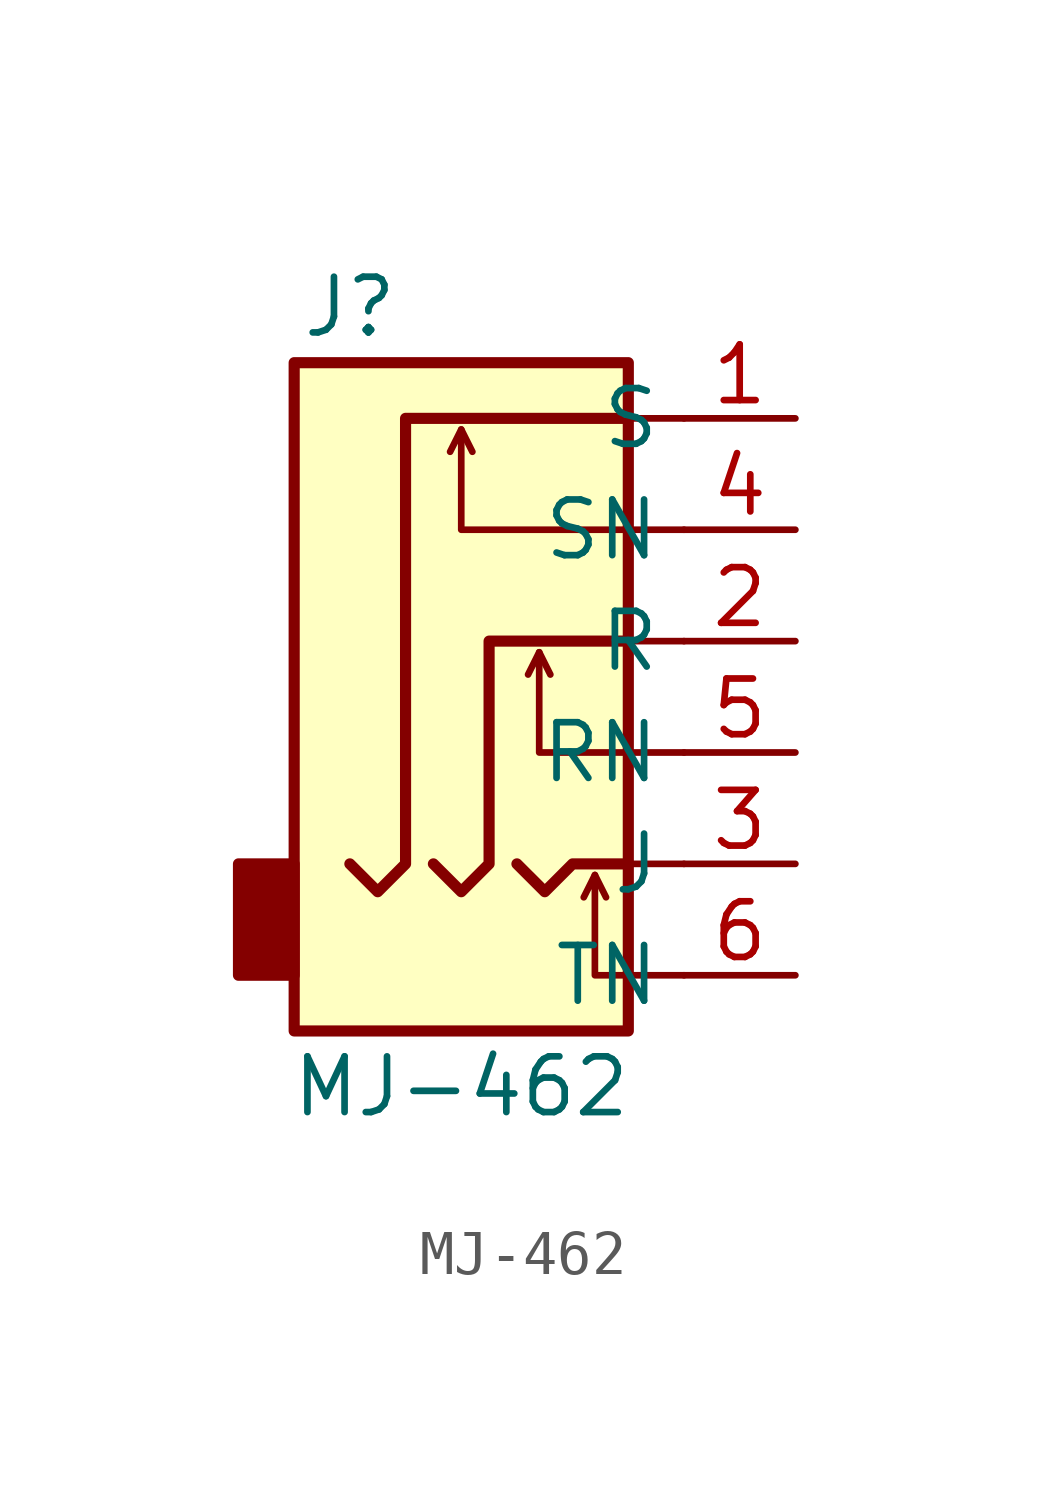
<source format=kicad_sym>
(kicad_symbol_lib
  (version 20220914)
  (generator kicad_symbol_editor)
  (symbol "MJ-462"
    (property "Reference" "J"
      (at -5.08 7.62 0)
      (effects (font (size 1.27 1.27))))
    (property "Value" "MJ-462"
      (at -2.54 -10.16 0)
      (effects (font (size 1.27 1.27))))
    (symbol "MJ-462_0_1"
      (rectangle (start -6.35 -5.08) (end -7.62 -7.62) (stroke (width 0.254) (type default)) (fill (type outline)))
      (rectangle (start -6.35 6.35) (end 1.27 -8.89) (stroke (width 0.254) (type default)) (fill (type background)))
      (polyline (pts (xy -2.54 4.826) (xy -2.286 4.318)) (stroke (width 0) (type default)) (fill (type none)))
      (polyline (pts (xy -0.762 -0.254) (xy -0.508 -0.762)) (stroke (width 0) (type default)) (fill (type none)))
      (polyline (pts (xy 0.508 -5.334) (xy 0.762 -5.842)) (stroke (width 0) (type default)) (fill (type none)))
      (polyline (pts (xy 1.27 0) (xy 2.54 0)) (stroke (width 0) (type default)) (fill (type none)))
      (polyline (pts (xy 2.54 -5.08) (xy 1.27 -5.08)) (stroke (width 0) (type default)) (fill (type none)))
      (polyline (pts (xy 2.54 5.08) (xy 1.27 5.08)) (stroke (width 0) (type default)) (fill (type none)))
      (polyline (pts (xy -1.27 -5.08) (xy -0.635 -5.715) (xy 0 -5.08) (xy 1.27 -5.08)) (stroke (width 0.254) (type default)) (fill (type none)))
      (polyline (pts (xy 2.54 -7.62) (xy 0.508 -7.62) (xy 0.508 -5.334) (xy 0.254 -5.842)) (stroke (width 0) (type default)) (fill (type none)))
      (polyline (pts (xy 2.54 -2.54) (xy -0.762 -2.54) (xy -0.762 -0.254) (xy -1.016 -0.762)) (stroke (width 0) (type default)) (fill (type none)))
      (polyline (pts (xy 2.54 2.54) (xy -2.54 2.54) (xy -2.54 4.826) (xy -2.794 4.318)) (stroke (width 0) (type default)) (fill (type none)))
      (polyline (pts (xy -3.175 -5.08) (xy -2.54 -5.715) (xy -1.905 -5.08) (xy -1.905 0) (xy 1.27 0)) (stroke (width 0.254) (type default)) (fill (type none)))
      (polyline (pts (xy 1.27 5.08) (xy -3.81 5.08) (xy -3.81 -5.08) (xy -4.445 -5.715) (xy -5.08 -5.08)) (stroke (width 0.254) (type default)) (fill (type none))))
    (symbol "MJ-462_1_1"
      (pin passive line (at 5.08 5.08 180) (length 2.54) (name "S" (effects (font (size 1.27 1.27)))) (number "1" (effects (font (size 1.27 1.27)))))
      (pin passive line (at 5.08 0 180) (length 2.54) (name "R" (effects (font (size 1.27 1.27)))) (number "2" (effects (font (size 1.27 1.27)))))
      (pin passive line (at 5.08 -5.08 180) (length 2.54) (name "J" (effects (font (size 1.27 1.27)))) (number "3" (effects (font (size 1.27 1.27)))))
      (pin passive line (at 5.08 2.54 180) (length 2.54) (name "SN" (effects (font (size 1.27 1.27)))) (number "4" (effects (font (size 1.27 1.27)))))
      (pin passive line (at 5.08 -2.54 180) (length 2.54) (name "RN" (effects (font (size 1.27 1.27)))) (number "5" (effects (font (size 1.27 1.27)))))
      (pin passive line (at 5.08 -7.62 180) (length 2.54) (name "TN" (effects (font (size 1.27 1.27)))) (number "6" (effects (font (size 1.27 1.27))))))))
</source>
